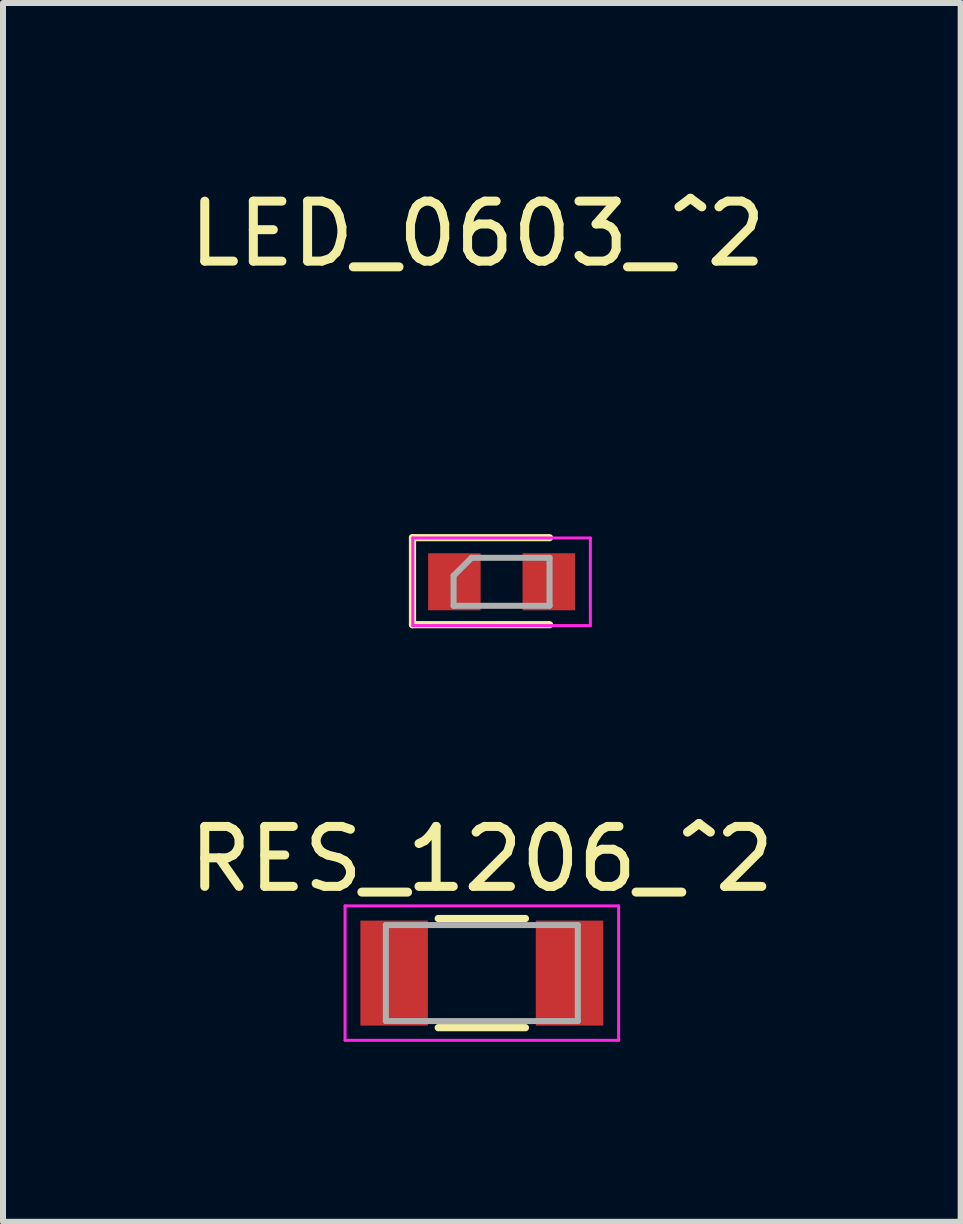
<source format=kicad_pcb>
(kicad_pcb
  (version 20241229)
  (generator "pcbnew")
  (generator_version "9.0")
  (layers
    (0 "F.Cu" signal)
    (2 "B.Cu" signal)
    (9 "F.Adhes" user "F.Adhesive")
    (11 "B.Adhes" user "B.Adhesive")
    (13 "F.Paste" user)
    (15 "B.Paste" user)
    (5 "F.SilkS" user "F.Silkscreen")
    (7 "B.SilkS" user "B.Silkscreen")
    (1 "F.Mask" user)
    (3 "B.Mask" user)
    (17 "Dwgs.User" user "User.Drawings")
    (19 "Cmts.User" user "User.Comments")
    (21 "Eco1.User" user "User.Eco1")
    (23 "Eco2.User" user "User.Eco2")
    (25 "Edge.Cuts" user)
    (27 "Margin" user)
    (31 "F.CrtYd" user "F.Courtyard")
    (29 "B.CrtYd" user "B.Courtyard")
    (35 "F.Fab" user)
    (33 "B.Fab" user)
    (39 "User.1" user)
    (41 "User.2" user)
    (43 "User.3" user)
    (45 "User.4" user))
  (footprint "RES_1206_^2"
    (layer "F.Cu")
    (at 4.982 13.171)
    (property "Reference" "RES_1206_^2" (at 0 -1.9 0) (layer "F.SilkS") (effects (font (size 1 1) (thickness 0.15))))
    (attr through_hole)
    (fp_line (start -0.727 -0.91) (end 0.727 -0.91) (stroke (width 0.12) (type solid)) (layer "F.SilkS"))
    (fp_line (start -0.727 0.91) (end 0.727 0.91) (stroke (width 0.12) (type solid)) (layer "F.SilkS"))
    (fp_line (start -2.28 -1.12) (end 2.28 -1.12) (stroke (width 0.05) (type solid)) (layer "F.CrtYd"))
    (fp_line (start -2.28 1.12) (end -2.28 -1.12) (stroke (width 0.05) (type solid)) (layer "F.CrtYd"))
    (fp_line (start 2.28 -1.12) (end 2.28 1.12) (stroke (width 0.05) (type solid)) (layer "F.CrtYd"))
    (fp_line (start 2.28 1.12) (end -2.28 1.12) (stroke (width 0.05) (type solid)) (layer "F.CrtYd"))
    (fp_line (start -1.6 -0.8) (end 1.6 -0.8) (stroke (width 0.1) (type solid)) (layer "F.Fab"))
    (fp_line (start -1.6 0.8) (end -1.6 -0.8) (stroke (width 0.1) (type solid)) (layer "F.Fab"))
    (fp_line (start 1.6 -0.8) (end 1.6 0.8) (stroke (width 0.1) (type solid)) (layer "F.Fab"))
    (fp_line (start 1.6 0.8) (end -1.6 0.8) (stroke (width 0.1) (type solid)) (layer "F.Fab"))
    (pad "1" smd rect (at -1.462 0) (size 1.125 1.75) (layers "F.Cu" "F.Mask" "F.Paste"))
    (pad "2" smd rect (at 1.462 0) (size 1.125 1.75) (layers "F.Cu" "F.Mask" "F.Paste")))
  (footprint "LED_0603_^2"
    (layer "F.Cu")
    (at 5.311 6.648)
    (property "Reference" "LED_0603_^2" (at -0.4 -5.8 0) (layer "F.SilkS") (effects (font (size 1 1) (thickness 0.15))))
    (attr through_hole)
    (fp_line (start -1.485 -0.735) (end -1.485 0.715) (stroke (width 0.12) (type solid)) (layer "F.SilkS"))
    (fp_line (start 0.8 -0.735) (end -1.485 -0.735) (stroke (width 0.12) (type solid)) (layer "F.SilkS"))
    (fp_line (start 0.8 0.715) (end -1.485 0.715) (stroke (width 0.12) (type solid)) (layer "F.SilkS"))
    (fp_line (start -1.48 -0.73) (end 1.48 -0.73) (stroke (width 0.05) (type solid)) (layer "F.CrtYd"))
    (fp_line (start -1.48 0.73) (end -1.48 -0.73) (stroke (width 0.05) (type solid)) (layer "F.CrtYd"))
    (fp_line (start 1.48 -0.73) (end 1.48 0.73) (stroke (width 0.05) (type solid)) (layer "F.CrtYd"))
    (fp_line (start 1.48 0.73) (end -1.48 0.73) (stroke (width 0.05) (type solid)) (layer "F.CrtYd"))
    (fp_line (start -0.8 -0.1) (end -0.8 0.4) (stroke (width 0.1) (type solid)) (layer "F.Fab"))
    (fp_line (start -0.8 0.4) (end 0.8 0.4) (stroke (width 0.1) (type solid)) (layer "F.Fab"))
    (fp_line (start -0.5 -0.4) (end -0.8 -0.1) (stroke (width 0.1) (type solid)) (layer "F.Fab"))
    (fp_line (start 0.8 -0.4) (end -0.5 -0.4) (stroke (width 0.1) (type solid)) (layer "F.Fab"))
    (fp_line (start 0.8 0.4) (end 0.8 -0.4) (stroke (width 0.1) (type solid)) (layer "F.Fab"))
    (pad "1" smd rect (at -0.787 0) (size 0.875 0.95) (layers "F.Cu" "F.Mask" "F.Paste"))
    (pad "2" smd rect (at 0.787 0) (size 0.875 0.95) (layers "F.Cu" "F.Mask" "F.Paste")))
  (gr_rect
    (start -3 -3)
    (end 12.964 17.317)
    (stroke (width 0.1) (type default))
    (fill no)
    (layer "Edge.Cuts")))
</source>
